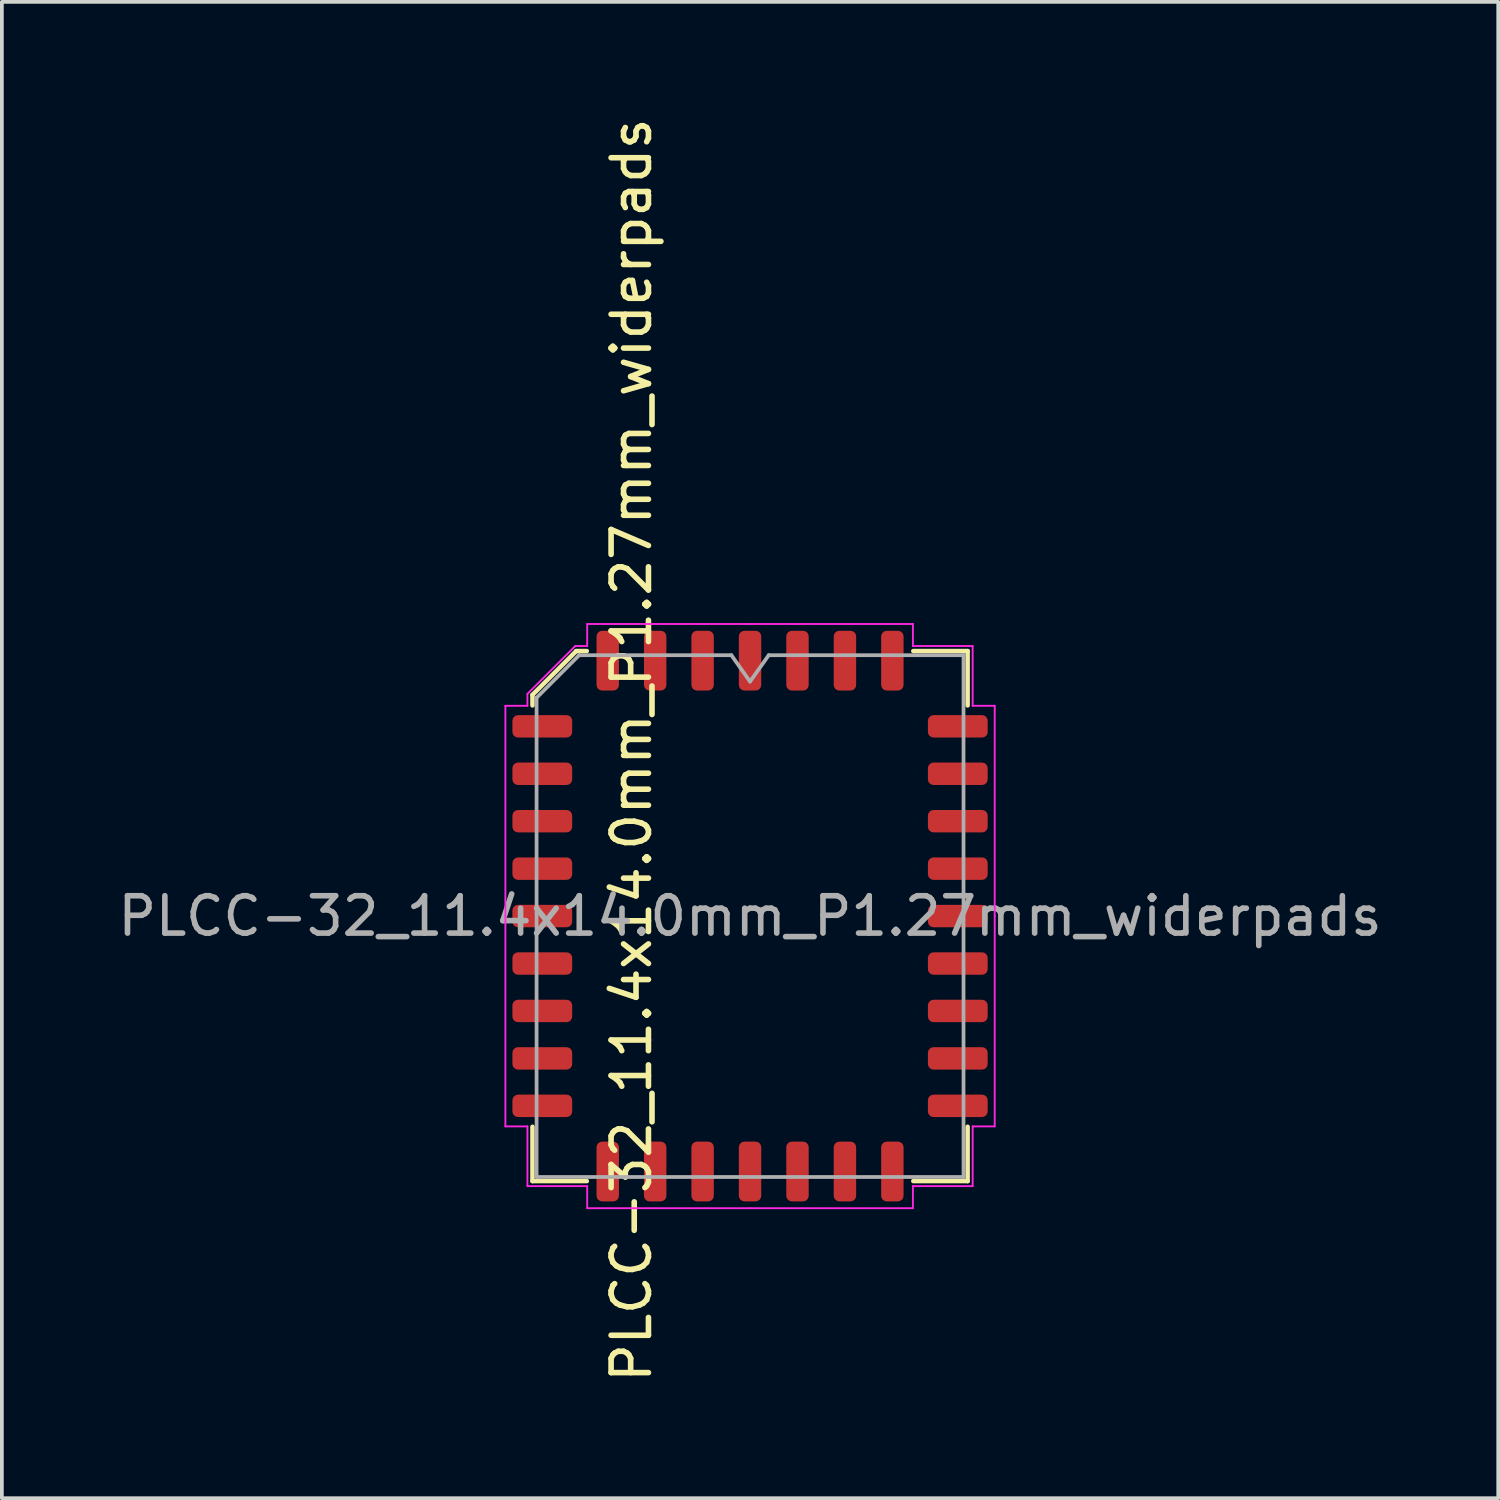
<source format=kicad_pcb>
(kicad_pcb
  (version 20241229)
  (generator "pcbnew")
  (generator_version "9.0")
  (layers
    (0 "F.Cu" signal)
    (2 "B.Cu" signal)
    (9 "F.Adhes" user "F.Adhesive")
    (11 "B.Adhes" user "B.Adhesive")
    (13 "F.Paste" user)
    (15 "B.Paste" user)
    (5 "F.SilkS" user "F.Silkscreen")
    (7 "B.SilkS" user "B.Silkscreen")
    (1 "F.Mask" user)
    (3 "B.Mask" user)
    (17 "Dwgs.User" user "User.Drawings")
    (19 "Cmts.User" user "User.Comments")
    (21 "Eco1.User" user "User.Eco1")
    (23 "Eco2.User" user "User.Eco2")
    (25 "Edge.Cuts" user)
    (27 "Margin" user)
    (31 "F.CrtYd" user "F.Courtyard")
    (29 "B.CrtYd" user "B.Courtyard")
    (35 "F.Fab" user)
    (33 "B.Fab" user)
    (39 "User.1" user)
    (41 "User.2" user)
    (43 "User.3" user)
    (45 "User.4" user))
  (footprint "PLCC-32_11.4x14.0mm_P1.27mm_widerpads"
    (layer "F.Cu")
    (at 17.03 21.475)
    (property "Reference" "PLCC-32_11.4x14.0mm_P1.27mm_widerpads" (at -3.175 -4.445 90) (layer "F.SilkS") (effects (font (size 1 1) (thickness 0.15))))
    (attr smd)
    (fp_line (start -5.825 -5.923) (end -5.825 -5.64) (stroke (width 0.12) (type solid)) (layer "F.SilkS"))
    (fp_line (start -5.825 7.095) (end -5.825 5.64) (stroke (width 0.12) (type solid)) (layer "F.SilkS"))
    (fp_line (start -4.653 -7.095) (end -5.825 -5.923) (stroke (width 0.12) (type solid)) (layer "F.SilkS"))
    (fp_line (start -4.37 -7.095) (end -4.653 -7.095) (stroke (width 0.12) (type solid)) (layer "F.SilkS"))
    (fp_line (start -4.37 7.095) (end -5.825 7.095) (stroke (width 0.12) (type solid)) (layer "F.SilkS"))
    (fp_line (start 4.37 -7.095) (end 5.825 -7.095) (stroke (width 0.12) (type solid)) (layer "F.SilkS"))
    (fp_line (start 4.37 7.095) (end 5.825 7.095) (stroke (width 0.12) (type solid)) (layer "F.SilkS"))
    (fp_line (start 5.825 -7.095) (end 5.825 -5.64) (stroke (width 0.12) (type solid)) (layer "F.SilkS"))
    (fp_line (start 5.825 7.095) (end 5.825 5.64) (stroke (width 0.12) (type solid)) (layer "F.SilkS"))
    (fp_line (start -6.55 -5.63) (end -6.55 0) (stroke (width 0.05) (type solid)) (layer "F.CrtYd"))
    (fp_line (start -6.55 5.63) (end -6.55 0) (stroke (width 0.05) (type solid)) (layer "F.CrtYd"))
    (fp_line (start -5.96 -5.95) (end -5.96 -5.63) (stroke (width 0.05) (type solid)) (layer "F.CrtYd"))
    (fp_line (start -5.96 -5.63) (end -6.55 -5.63) (stroke (width 0.05) (type solid)) (layer "F.CrtYd"))
    (fp_line (start -5.96 5.63) (end -6.55 5.63) (stroke (width 0.05) (type solid)) (layer "F.CrtYd"))
    (fp_line (start -5.96 7.23) (end -5.96 5.63) (stroke (width 0.05) (type solid)) (layer "F.CrtYd"))
    (fp_line (start -4.68 -7.23) (end -5.96 -5.95) (stroke (width 0.05) (type solid)) (layer "F.CrtYd"))
    (fp_line (start -4.36 -7.82) (end -4.36 -7.23) (stroke (width 0.05) (type solid)) (layer "F.CrtYd"))
    (fp_line (start -4.36 -7.23) (end -4.68 -7.23) (stroke (width 0.05) (type solid)) (layer "F.CrtYd"))
    (fp_line (start -4.36 7.23) (end -5.96 7.23) (stroke (width 0.05) (type solid)) (layer "F.CrtYd"))
    (fp_line (start -4.36 7.82) (end -4.36 7.23) (stroke (width 0.05) (type solid)) (layer "F.CrtYd"))
    (fp_line (start 0 -7.82) (end -4.36 -7.82) (stroke (width 0.05) (type solid)) (layer "F.CrtYd"))
    (fp_line (start 0 -7.82) (end 4.36 -7.82) (stroke (width 0.05) (type solid)) (layer "F.CrtYd"))
    (fp_line (start 0 7.82) (end -4.36 7.82) (stroke (width 0.05) (type solid)) (layer "F.CrtYd"))
    (fp_line (start 0 7.82) (end 4.36 7.82) (stroke (width 0.05) (type solid)) (layer "F.CrtYd"))
    (fp_line (start 4.36 -7.82) (end 4.36 -7.23) (stroke (width 0.05) (type solid)) (layer "F.CrtYd"))
    (fp_line (start 4.36 -7.23) (end 5.96 -7.23) (stroke (width 0.05) (type solid)) (layer "F.CrtYd"))
    (fp_line (start 4.36 7.23) (end 5.96 7.23) (stroke (width 0.05) (type solid)) (layer "F.CrtYd"))
    (fp_line (start 4.36 7.82) (end 4.36 7.23) (stroke (width 0.05) (type solid)) (layer "F.CrtYd"))
    (fp_line (start 5.96 -7.23) (end 5.96 -5.63) (stroke (width 0.05) (type solid)) (layer "F.CrtYd"))
    (fp_line (start 5.96 -5.63) (end 6.55 -5.63) (stroke (width 0.05) (type solid)) (layer "F.CrtYd"))
    (fp_line (start 5.96 5.63) (end 6.55 5.63) (stroke (width 0.05) (type solid)) (layer "F.CrtYd"))
    (fp_line (start 5.96 7.23) (end 5.96 5.63) (stroke (width 0.05) (type solid)) (layer "F.CrtYd"))
    (fp_line (start 6.55 -5.63) (end 6.55 0) (stroke (width 0.05) (type solid)) (layer "F.CrtYd"))
    (fp_line (start 6.55 5.63) (end 6.55 0) (stroke (width 0.05) (type solid)) (layer "F.CrtYd"))
    (fp_line (start -5.715 -5.845) (end -4.575 -6.985) (stroke (width 0.1) (type solid)) (layer "F.Fab"))
    (fp_line (start -5.715 6.985) (end -5.715 -5.845) (stroke (width 0.1) (type solid)) (layer "F.Fab"))
    (fp_line (start -4.575 -6.985) (end -0.5 -6.985) (stroke (width 0.1) (type solid)) (layer "F.Fab"))
    (fp_line (start -0.5 -6.985) (end 0 -6.278) (stroke (width 0.1) (type solid)) (layer "F.Fab"))
    (fp_line (start 0 -6.278) (end 0.5 -6.985) (stroke (width 0.1) (type solid)) (layer "F.Fab"))
    (fp_line (start 0.5 -6.985) (end 5.715 -6.985) (stroke (width 0.1) (type solid)) (layer "F.Fab"))
    (fp_line (start 5.715 -6.985) (end 5.715 6.985) (stroke (width 0.1) (type solid)) (layer "F.Fab"))
    (fp_line (start 5.715 6.985) (end -5.715 6.985) (stroke (width 0.1) (type solid)) (layer "F.Fab"))
    (fp_text user "${REFERENCE}" (at 0 0 0) (layer "F.Fab") (effects (font (size 1 1) (thickness 0.15))))
    (pad "1" smd roundrect (at 0 -6.838) (size 0.6 1.6) (layers "F.Cu" "F.Mask" "F.Paste") (roundrect_rratio 0.25))
    (pad "2" smd roundrect (at -1.27 -6.838) (size 0.6 1.6) (layers "F.Cu" "F.Mask" "F.Paste") (roundrect_rratio 0.25))
    (pad "3" smd roundrect (at -2.54 -6.838) (size 0.6 1.6) (layers "F.Cu" "F.Mask" "F.Paste") (roundrect_rratio 0.25))
    (pad "4" smd roundrect (at -3.81 -6.838) (size 0.6 1.6) (layers "F.Cu" "F.Mask" "F.Paste") (roundrect_rratio 0.25))
    (pad "5" smd roundrect (at -5.562 -5.08) (size 1.6 0.6) (layers "F.Cu" "F.Mask" "F.Paste") (roundrect_rratio 0.25))
    (pad "6" smd roundrect (at -5.562 -3.81) (size 1.6 0.6) (layers "F.Cu" "F.Mask" "F.Paste") (roundrect_rratio 0.25))
    (pad "7" smd roundrect (at -5.562 -2.54) (size 1.6 0.6) (layers "F.Cu" "F.Mask" "F.Paste") (roundrect_rratio 0.25))
    (pad "8" smd roundrect (at -5.562 -1.27) (size 1.6 0.6) (layers "F.Cu" "F.Mask" "F.Paste") (roundrect_rratio 0.25))
    (pad "9" smd roundrect (at -5.562 0) (size 1.6 0.6) (layers "F.Cu" "F.Mask" "F.Paste") (roundrect_rratio 0.25))
    (pad "10" smd roundrect (at -5.562 1.27) (size 1.6 0.6) (layers "F.Cu" "F.Mask" "F.Paste") (roundrect_rratio 0.25))
    (pad "11" smd roundrect (at -5.562 2.54) (size 1.6 0.6) (layers "F.Cu" "F.Mask" "F.Paste") (roundrect_rratio 0.25))
    (pad "12" smd roundrect (at -5.562 3.81) (size 1.6 0.6) (layers "F.Cu" "F.Mask" "F.Paste") (roundrect_rratio 0.25))
    (pad "13" smd roundrect (at -5.562 5.08) (size 1.6 0.6) (layers "F.Cu" "F.Mask" "F.Paste") (roundrect_rratio 0.25))
    (pad "14" smd roundrect (at -3.81 6.838) (size 0.6 1.6) (layers "F.Cu" "F.Mask" "F.Paste") (roundrect_rratio 0.25))
    (pad "15" smd roundrect (at -2.54 6.838) (size 0.6 1.6) (layers "F.Cu" "F.Mask" "F.Paste") (roundrect_rratio 0.25))
    (pad "16" smd roundrect (at -1.27 6.838) (size 0.6 1.6) (layers "F.Cu" "F.Mask" "F.Paste") (roundrect_rratio 0.25))
    (pad "17" smd roundrect (at 0 6.838) (size 0.6 1.6) (layers "F.Cu" "F.Mask" "F.Paste") (roundrect_rratio 0.25))
    (pad "18" smd roundrect (at 1.27 6.838) (size 0.6 1.6) (layers "F.Cu" "F.Mask" "F.Paste") (roundrect_rratio 0.25))
    (pad "19" smd roundrect (at 2.54 6.838) (size 0.6 1.6) (layers "F.Cu" "F.Mask" "F.Paste") (roundrect_rratio 0.25))
    (pad "20" smd roundrect (at 3.81 6.838) (size 0.6 1.6) (layers "F.Cu" "F.Mask" "F.Paste") (roundrect_rratio 0.25))
    (pad "21" smd roundrect (at 5.562 5.08) (size 1.6 0.6) (layers "F.Cu" "F.Mask" "F.Paste") (roundrect_rratio 0.25))
    (pad "22" smd roundrect (at 5.562 3.81) (size 1.6 0.6) (layers "F.Cu" "F.Mask" "F.Paste") (roundrect_rratio 0.25))
    (pad "23" smd roundrect (at 5.562 2.54) (size 1.6 0.6) (layers "F.Cu" "F.Mask" "F.Paste") (roundrect_rratio 0.25))
    (pad "24" smd roundrect (at 5.562 1.27) (size 1.6 0.6) (layers "F.Cu" "F.Mask" "F.Paste") (roundrect_rratio 0.25))
    (pad "25" smd roundrect (at 5.562 0) (size 1.6 0.6) (layers "F.Cu" "F.Mask" "F.Paste") (roundrect_rratio 0.25))
    (pad "26" smd roundrect (at 5.562 -1.27) (size 1.6 0.6) (layers "F.Cu" "F.Mask" "F.Paste") (roundrect_rratio 0.25))
    (pad "27" smd roundrect (at 5.562 -2.54) (size 1.6 0.6) (layers "F.Cu" "F.Mask" "F.Paste") (roundrect_rratio 0.25))
    (pad "28" smd roundrect (at 5.562 -3.81) (size 1.6 0.6) (layers "F.Cu" "F.Mask" "F.Paste") (roundrect_rratio 0.25))
    (pad "29" smd roundrect (at 5.562 -5.08) (size 1.6 0.6) (layers "F.Cu" "F.Mask" "F.Paste") (roundrect_rratio 0.25))
    (pad "30" smd roundrect (at 3.81 -6.838) (size 0.6 1.6) (layers "F.Cu" "F.Mask" "F.Paste") (roundrect_rratio 0.25))
    (pad "31" smd roundrect (at 2.54 -6.838) (size 0.6 1.6) (layers "F.Cu" "F.Mask" "F.Paste") (roundrect_rratio 0.25))
    (pad "32" smd roundrect (at 1.27 -6.838) (size 0.6 1.6) (layers "F.Cu" "F.Mask" "F.Paste") (roundrect_rratio 0.25)))
  (gr_rect
    (start -3 -3)
    (end 37.06 37.06)
    (stroke (width 0.1) (type default))
    (fill no)
    (layer "Edge.Cuts")))
</source>
